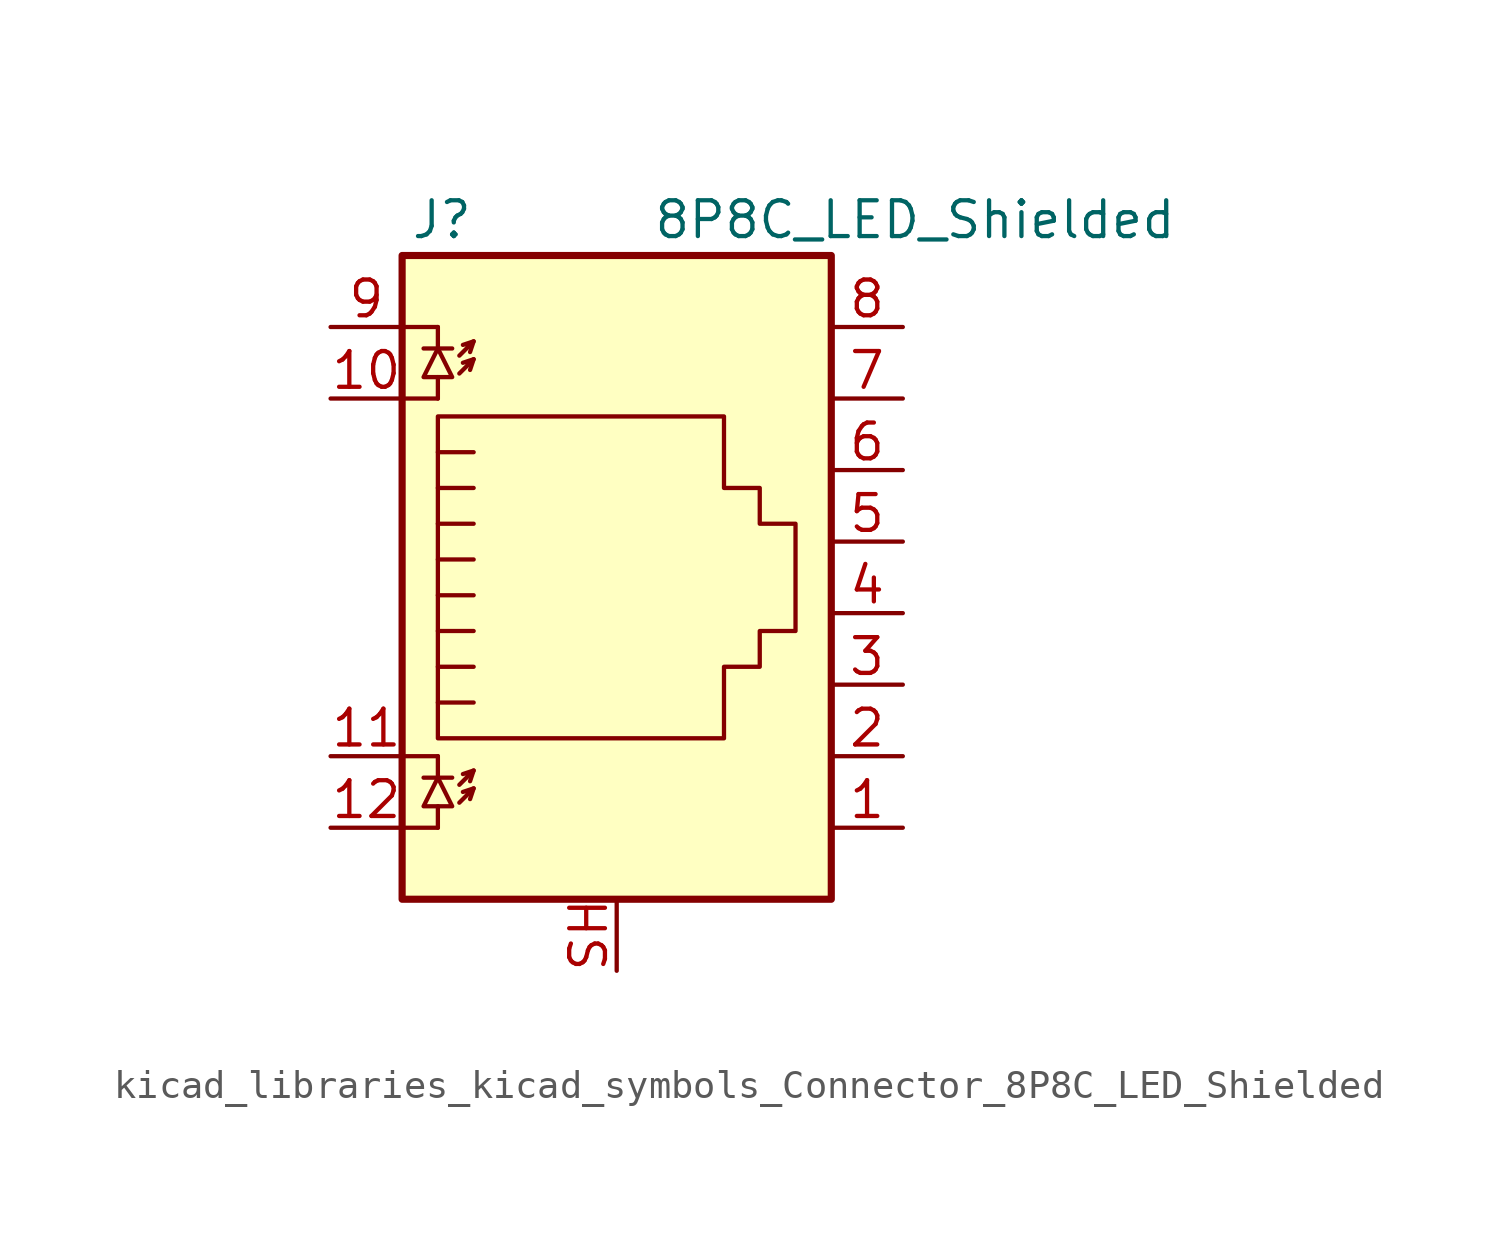
<source format=kicad_sym>
(kicad_symbol_lib
  (version 20220914)
  (generator kicad_symbol_editor)
  (symbol "kicad_libraries_kicad_symbols_Connector_8P8C_LED_Shielded"
    (pin_names
      (offset 1.016))
    (property "Reference" "J"
      (at -5.08 13.97 0)
      (effects (font (size 1.27 1.27)) (justify right)))
    (property "Value" "8P8C_LED_Shielded"
      (at 1.27 13.97 0)
      (effects (font (size 1.27 1.27)) (justify left)))
    (symbol "kicad_libraries_kicad_symbols_Connector_8P8C_LED_Shielded_0_1"
      (polyline (pts (xy -7.62 -7.62) (xy -6.35 -7.62)) (stroke (width 0) (type default)) (fill (type none)))
      (polyline (pts (xy -7.62 -5.08) (xy -6.35 -5.08)) (stroke (width 0) (type default)) (fill (type none)))
      (polyline (pts (xy -7.62 7.62) (xy -6.35 7.62)) (stroke (width 0) (type default)) (fill (type none)))
      (polyline (pts (xy -7.62 10.16) (xy -6.35 10.16)) (stroke (width 0) (type default)) (fill (type none)))
      (polyline (pts (xy -6.858 -5.842) (xy -5.842 -5.842)) (stroke (width 0) (type default)) (fill (type none)))
      (polyline (pts (xy -6.858 9.398) (xy -5.842 9.398)) (stroke (width 0) (type default)) (fill (type none)))
      (polyline (pts (xy -6.35 -7.62) (xy -6.35 -6.858)) (stroke (width 0) (type default)) (fill (type none)))
      (polyline (pts (xy -6.35 -5.08) (xy -6.35 -5.842)) (stroke (width 0) (type default)) (fill (type none)))
      (polyline (pts (xy -6.35 7.62) (xy -6.35 8.382)) (stroke (width 0) (type default)) (fill (type none)))
      (polyline (pts (xy -6.35 10.16) (xy -6.35 9.398)) (stroke (width 0) (type default)) (fill (type none)))
      (polyline (pts (xy -5.08 -6.223) (xy -5.207 -6.604)) (stroke (width 0) (type default)) (fill (type none)))
      (polyline (pts (xy -5.08 -5.588) (xy -5.207 -5.969)) (stroke (width 0) (type default)) (fill (type none)))
      (polyline (pts (xy -5.08 4.445) (xy -6.35 4.445)) (stroke (width 0) (type default)) (fill (type none)))
      (polyline (pts (xy -5.08 5.715) (xy -6.35 5.715)) (stroke (width 0) (type default)) (fill (type none)))
      (polyline (pts (xy -5.08 9.017) (xy -5.207 8.636)) (stroke (width 0) (type default)) (fill (type none)))
      (polyline (pts (xy -5.08 9.652) (xy -5.207 9.271)) (stroke (width 0) (type default)) (fill (type none)))
      (polyline (pts (xy -6.35 -3.175) (xy -5.08 -3.175) (xy -5.08 -3.175)) (stroke (width 0) (type default)) (fill (type none)))
      (polyline (pts (xy -6.35 -1.905) (xy -5.08 -1.905) (xy -5.08 -1.905)) (stroke (width 0) (type default)) (fill (type none)))
      (polyline (pts (xy -6.35 -0.635) (xy -5.08 -0.635) (xy -5.08 -0.635)) (stroke (width 0) (type default)) (fill (type none)))
      (polyline (pts (xy -6.35 0.635) (xy -5.08 0.635) (xy -5.08 0.635)) (stroke (width 0) (type default)) (fill (type none)))
      (polyline (pts (xy -6.35 1.905) (xy -5.08 1.905) (xy -5.08 1.905)) (stroke (width 0) (type default)) (fill (type none)))
      (polyline (pts (xy -5.588 -6.731) (xy -5.08 -6.223) (xy -5.461 -6.35)) (stroke (width 0) (type default)) (fill (type none)))
      (polyline (pts (xy -5.588 -6.096) (xy -5.08 -5.588) (xy -5.461 -5.715)) (stroke (width 0) (type default)) (fill (type none)))
      (polyline (pts (xy -5.588 8.509) (xy -5.08 9.017) (xy -5.461 8.89)) (stroke (width 0) (type default)) (fill (type none)))
      (polyline (pts (xy -5.588 9.144) (xy -5.08 9.652) (xy -5.461 9.525)) (stroke (width 0) (type default)) (fill (type none)))
      (polyline (pts (xy -5.08 3.175) (xy -6.35 3.175) (xy -6.35 3.175)) (stroke (width 0) (type default)) (fill (type none)))
      (polyline (pts (xy -6.35 -5.842) (xy -6.858 -6.858) (xy -5.842 -6.858) (xy -6.35 -5.842)) (stroke (width 0) (type default)) (fill (type none)))
      (polyline (pts (xy -6.35 9.398) (xy -6.858 8.382) (xy -5.842 8.382) (xy -6.35 9.398)) (stroke (width 0) (type default)) (fill (type none)))
      (polyline (pts (xy -6.35 -4.445) (xy -6.35 6.985) (xy 3.81 6.985) (xy 3.81 4.445) (xy 5.08 4.445) (xy 5.08 3.175) (xy 6.35 3.175) (xy 6.35 -0.635) (xy 5.08 -0.635) (xy 5.08 -1.905) (xy 3.81 -1.905) (xy 3.81 -4.445) (xy -6.35 -4.445) (xy -6.35 -4.445)) (stroke (width 0) (type default)) (fill (type none)))
      (rectangle (start 7.62 12.7) (end -7.62 -10.16) (stroke (width 0.254) (type default)) (fill (type background))))
    (symbol "kicad_libraries_kicad_symbols_Connector_8P8C_LED_Shielded_1_1"
      (pin passive line (at 10.16 -7.62 180) (length 2.54) (name "~" (effects (font (size 1.27 1.27)))) (number "1" (effects (font (size 1.27 1.27)))))
      (pin passive line (at -10.16 7.62 0) (length 2.54) (name "~" (effects (font (size 1.27 1.27)))) (number "10" (effects (font (size 1.27 1.27)))))
      (pin passive line (at -10.16 -5.08 0) (length 2.54) (name "~" (effects (font (size 1.27 1.27)))) (number "11" (effects (font (size 1.27 1.27)))))
      (pin passive line (at -10.16 -7.62 0) (length 2.54) (name "~" (effects (font (size 1.27 1.27)))) (number "12" (effects (font (size 1.27 1.27)))))
      (pin passive line (at 10.16 -5.08 180) (length 2.54) (name "~" (effects (font (size 1.27 1.27)))) (number "2" (effects (font (size 1.27 1.27)))))
      (pin passive line (at 10.16 -2.54 180) (length 2.54) (name "~" (effects (font (size 1.27 1.27)))) (number "3" (effects (font (size 1.27 1.27)))))
      (pin passive line (at 10.16 0 180) (length 2.54) (name "~" (effects (font (size 1.27 1.27)))) (number "4" (effects (font (size 1.27 1.27)))))
      (pin passive line (at 10.16 2.54 180) (length 2.54) (name "~" (effects (font (size 1.27 1.27)))) (number "5" (effects (font (size 1.27 1.27)))))
      (pin passive line (at 10.16 5.08 180) (length 2.54) (name "~" (effects (font (size 1.27 1.27)))) (number "6" (effects (font (size 1.27 1.27)))))
      (pin passive line (at 10.16 7.62 180) (length 2.54) (name "~" (effects (font (size 1.27 1.27)))) (number "7" (effects (font (size 1.27 1.27)))))
      (pin passive line (at 10.16 10.16 180) (length 2.54) (name "~" (effects (font (size 1.27 1.27)))) (number "8" (effects (font (size 1.27 1.27)))))
      (pin passive line (at -10.16 10.16 0) (length 2.54) (name "~" (effects (font (size 1.27 1.27)))) (number "9" (effects (font (size 1.27 1.27)))))
      (pin passive line (at 0 -12.7 90) (length 2.54) (name "~" (effects (font (size 1.27 1.27)))) (number "SH" (effects (font (size 1.27 1.27))))))))
</source>
